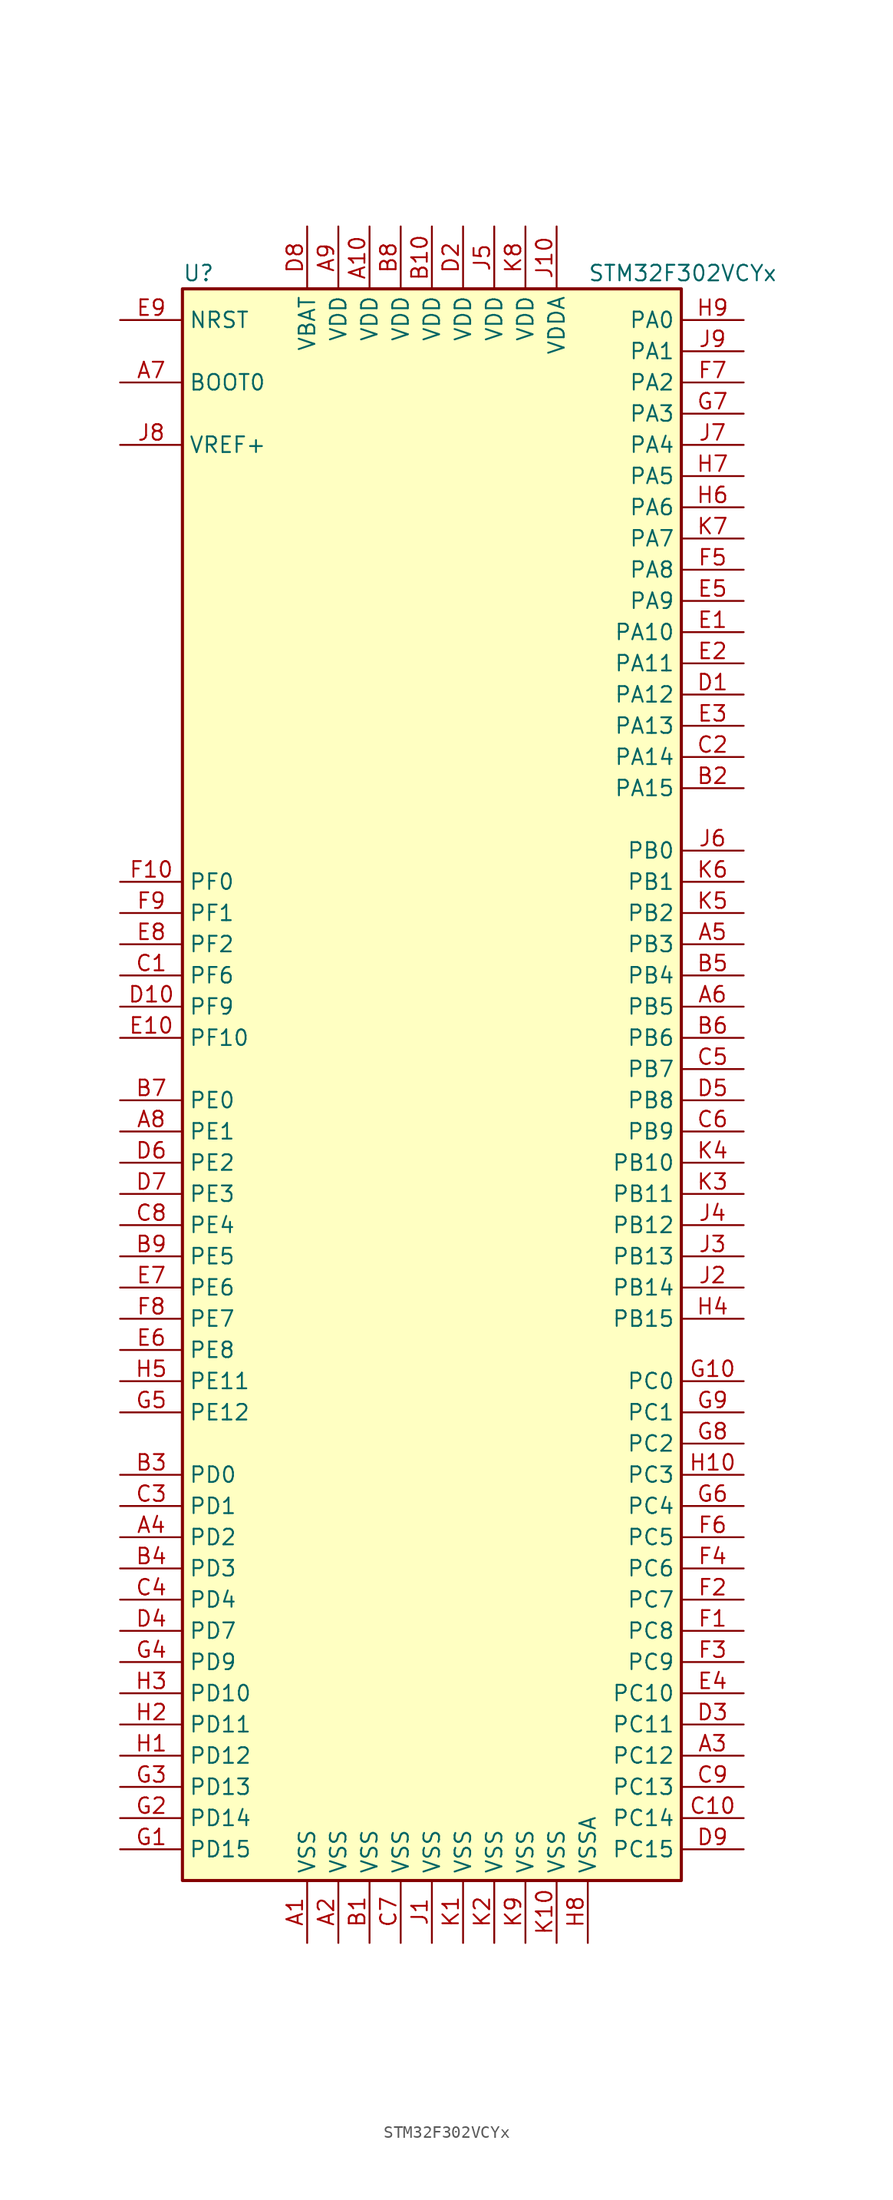
<source format=kicad_sym>
(kicad_symbol_lib
  (version 20201005)
  (generator kicad_symbol_editor)
  (symbol "STM32F302VCYx"
    (property "Reference" "U"
      (at -20.32 64.77 0)
      (effects (font (size 1.27 1.27)) (justify left)))
    (property "Value" "STM32F302VCYx"
      (at 12.7 64.77 0)
      (effects (font (size 1.27 1.27)) (justify left)))
    (symbol "STM32F302VCYx_0_1"
      (rectangle (start -20.32 -66.04) (end 20.32 63.5) (stroke (width 0.254)) (fill (type background))))
    (symbol "STM32F302VCYx_1_1"
      (pin power_in line (at -10.16 -71.12 90) (length 5.08) (name "VSS" (effects (font (size 1.27 1.27)))) (number "A1" (effects (font (size 1.27 1.27)))))
      (pin power_in line (at -5.08 68.58 270) (length 5.08) (name "VDD" (effects (font (size 1.27 1.27)))) (number "A10" (effects (font (size 1.27 1.27)))))
      (pin power_in line (at -7.62 -71.12 90) (length 5.08) (name "VSS" (effects (font (size 1.27 1.27)))) (number "A2" (effects (font (size 1.27 1.27)))))
      (pin bidirectional line (at 25.4 -55.88 180) (length 5.08) (name "PC12" (effects (font (size 1.27 1.27)))) (number "A3" (effects (font (size 1.27 1.27)))))
      (pin bidirectional line (at -25.4 -38.1 0) (length 5.08) (name "PD2" (effects (font (size 1.27 1.27)))) (number "A4" (effects (font (size 1.27 1.27)))))
      (pin bidirectional line (at 25.4 10.16 180) (length 5.08) (name "PB3" (effects (font (size 1.27 1.27)))) (number "A5" (effects (font (size 1.27 1.27)))))
      (pin bidirectional line (at 25.4 5.08 180) (length 5.08) (name "PB5" (effects (font (size 1.27 1.27)))) (number "A6" (effects (font (size 1.27 1.27)))))
      (pin input line (at -25.4 55.88 0) (length 5.08) (name "BOOT0" (effects (font (size 1.27 1.27)))) (number "A7" (effects (font (size 1.27 1.27)))))
      (pin bidirectional line (at -25.4 -5.08 0) (length 5.08) (name "PE1" (effects (font (size 1.27 1.27)))) (number "A8" (effects (font (size 1.27 1.27)))))
      (pin power_in line (at -7.62 68.58 270) (length 5.08) (name "VDD" (effects (font (size 1.27 1.27)))) (number "A9" (effects (font (size 1.27 1.27)))))
      (pin power_in line (at -5.08 -71.12 90) (length 5.08) (name "VSS" (effects (font (size 1.27 1.27)))) (number "B1" (effects (font (size 1.27 1.27)))))
      (pin power_in line (at 0 68.58 270) (length 5.08) (name "VDD" (effects (font (size 1.27 1.27)))) (number "B10" (effects (font (size 1.27 1.27)))))
      (pin bidirectional line (at 25.4 22.86 180) (length 5.08) (name "PA15" (effects (font (size 1.27 1.27)))) (number "B2" (effects (font (size 1.27 1.27)))))
      (pin bidirectional line (at -25.4 -33.02 0) (length 5.08) (name "PD0" (effects (font (size 1.27 1.27)))) (number "B3" (effects (font (size 1.27 1.27)))))
      (pin bidirectional line (at -25.4 -40.64 0) (length 5.08) (name "PD3" (effects (font (size 1.27 1.27)))) (number "B4" (effects (font (size 1.27 1.27)))))
      (pin bidirectional line (at 25.4 7.62 180) (length 5.08) (name "PB4" (effects (font (size 1.27 1.27)))) (number "B5" (effects (font (size 1.27 1.27)))))
      (pin bidirectional line (at 25.4 2.54 180) (length 5.08) (name "PB6" (effects (font (size 1.27 1.27)))) (number "B6" (effects (font (size 1.27 1.27)))))
      (pin bidirectional line (at -25.4 -2.54 0) (length 5.08) (name "PE0" (effects (font (size 1.27 1.27)))) (number "B7" (effects (font (size 1.27 1.27)))))
      (pin power_in line (at -2.54 68.58 270) (length 5.08) (name "VDD" (effects (font (size 1.27 1.27)))) (number "B8" (effects (font (size 1.27 1.27)))))
      (pin bidirectional line (at -25.4 -15.24 0) (length 5.08) (name "PE5" (effects (font (size 1.27 1.27)))) (number "B9" (effects (font (size 1.27 1.27)))))
      (pin bidirectional line (at -25.4 7.62 0) (length 5.08) (name "PF6" (effects (font (size 1.27 1.27)))) (number "C1" (effects (font (size 1.27 1.27)))))
      (pin bidirectional line (at 25.4 -60.96 180) (length 5.08) (name "PC14" (effects (font (size 1.27 1.27)))) (number "C10" (effects (font (size 1.27 1.27)))))
      (pin bidirectional line (at 25.4 25.4 180) (length 5.08) (name "PA14" (effects (font (size 1.27 1.27)))) (number "C2" (effects (font (size 1.27 1.27)))))
      (pin bidirectional line (at -25.4 -35.56 0) (length 5.08) (name "PD1" (effects (font (size 1.27 1.27)))) (number "C3" (effects (font (size 1.27 1.27)))))
      (pin bidirectional line (at -25.4 -43.18 0) (length 5.08) (name "PD4" (effects (font (size 1.27 1.27)))) (number "C4" (effects (font (size 1.27 1.27)))))
      (pin bidirectional line (at 25.4 0 180) (length 5.08) (name "PB7" (effects (font (size 1.27 1.27)))) (number "C5" (effects (font (size 1.27 1.27)))))
      (pin bidirectional line (at 25.4 -5.08 180) (length 5.08) (name "PB9" (effects (font (size 1.27 1.27)))) (number "C6" (effects (font (size 1.27 1.27)))))
      (pin power_in line (at -2.54 -71.12 90) (length 5.08) (name "VSS" (effects (font (size 1.27 1.27)))) (number "C7" (effects (font (size 1.27 1.27)))))
      (pin bidirectional line (at -25.4 -12.7 0) (length 5.08) (name "PE4" (effects (font (size 1.27 1.27)))) (number "C8" (effects (font (size 1.27 1.27)))))
      (pin bidirectional line (at 25.4 -58.42 180) (length 5.08) (name "PC13" (effects (font (size 1.27 1.27)))) (number "C9" (effects (font (size 1.27 1.27)))))
      (pin bidirectional line (at 25.4 30.48 180) (length 5.08) (name "PA12" (effects (font (size 1.27 1.27)))) (number "D1" (effects (font (size 1.27 1.27)))))
      (pin bidirectional line (at -25.4 5.08 0) (length 5.08) (name "PF9" (effects (font (size 1.27 1.27)))) (number "D10" (effects (font (size 1.27 1.27)))))
      (pin power_in line (at 2.54 68.58 270) (length 5.08) (name "VDD" (effects (font (size 1.27 1.27)))) (number "D2" (effects (font (size 1.27 1.27)))))
      (pin bidirectional line (at 25.4 -53.34 180) (length 5.08) (name "PC11" (effects (font (size 1.27 1.27)))) (number "D3" (effects (font (size 1.27 1.27)))))
      (pin bidirectional line (at -25.4 -45.72 0) (length 5.08) (name "PD7" (effects (font (size 1.27 1.27)))) (number "D4" (effects (font (size 1.27 1.27)))))
      (pin bidirectional line (at 25.4 -2.54 180) (length 5.08) (name "PB8" (effects (font (size 1.27 1.27)))) (number "D5" (effects (font (size 1.27 1.27)))))
      (pin bidirectional line (at -25.4 -7.62 0) (length 5.08) (name "PE2" (effects (font (size 1.27 1.27)))) (number "D6" (effects (font (size 1.27 1.27)))))
      (pin bidirectional line (at -25.4 -10.16 0) (length 5.08) (name "PE3" (effects (font (size 1.27 1.27)))) (number "D7" (effects (font (size 1.27 1.27)))))
      (pin power_in line (at -10.16 68.58 270) (length 5.08) (name "VBAT" (effects (font (size 1.27 1.27)))) (number "D8" (effects (font (size 1.27 1.27)))))
      (pin bidirectional line (at 25.4 -63.5 180) (length 5.08) (name "PC15" (effects (font (size 1.27 1.27)))) (number "D9" (effects (font (size 1.27 1.27)))))
      (pin bidirectional line (at 25.4 35.56 180) (length 5.08) (name "PA10" (effects (font (size 1.27 1.27)))) (number "E1" (effects (font (size 1.27 1.27)))))
      (pin bidirectional line (at -25.4 2.54 0) (length 5.08) (name "PF10" (effects (font (size 1.27 1.27)))) (number "E10" (effects (font (size 1.27 1.27)))))
      (pin bidirectional line (at 25.4 33.02 180) (length 5.08) (name "PA11" (effects (font (size 1.27 1.27)))) (number "E2" (effects (font (size 1.27 1.27)))))
      (pin bidirectional line (at 25.4 27.94 180) (length 5.08) (name "PA13" (effects (font (size 1.27 1.27)))) (number "E3" (effects (font (size 1.27 1.27)))))
      (pin bidirectional line (at 25.4 -50.8 180) (length 5.08) (name "PC10" (effects (font (size 1.27 1.27)))) (number "E4" (effects (font (size 1.27 1.27)))))
      (pin bidirectional line (at 25.4 38.1 180) (length 5.08) (name "PA9" (effects (font (size 1.27 1.27)))) (number "E5" (effects (font (size 1.27 1.27)))))
      (pin bidirectional line (at -25.4 -22.86 0) (length 5.08) (name "PE8" (effects (font (size 1.27 1.27)))) (number "E6" (effects (font (size 1.27 1.27)))))
      (pin bidirectional line (at -25.4 -17.78 0) (length 5.08) (name "PE6" (effects (font (size 1.27 1.27)))) (number "E7" (effects (font (size 1.27 1.27)))))
      (pin bidirectional line (at -25.4 10.16 0) (length 5.08) (name "PF2" (effects (font (size 1.27 1.27)))) (number "E8" (effects (font (size 1.27 1.27)))))
      (pin input line (at -25.4 60.96 0) (length 5.08) (name "NRST" (effects (font (size 1.27 1.27)))) (number "E9" (effects (font (size 1.27 1.27)))))
      (pin bidirectional line (at 25.4 -45.72 180) (length 5.08) (name "PC8" (effects (font (size 1.27 1.27)))) (number "F1" (effects (font (size 1.27 1.27)))))
      (pin input line (at -25.4 15.24 0) (length 5.08) (name "PF0" (effects (font (size 1.27 1.27)))) (number "F10" (effects (font (size 1.27 1.27)))))
      (pin bidirectional line (at 25.4 -43.18 180) (length 5.08) (name "PC7" (effects (font (size 1.27 1.27)))) (number "F2" (effects (font (size 1.27 1.27)))))
      (pin bidirectional line (at 25.4 -48.26 180) (length 5.08) (name "PC9" (effects (font (size 1.27 1.27)))) (number "F3" (effects (font (size 1.27 1.27)))))
      (pin bidirectional line (at 25.4 -40.64 180) (length 5.08) (name "PC6" (effects (font (size 1.27 1.27)))) (number "F4" (effects (font (size 1.27 1.27)))))
      (pin bidirectional line (at 25.4 40.64 180) (length 5.08) (name "PA8" (effects (font (size 1.27 1.27)))) (number "F5" (effects (font (size 1.27 1.27)))))
      (pin bidirectional line (at 25.4 -38.1 180) (length 5.08) (name "PC5" (effects (font (size 1.27 1.27)))) (number "F6" (effects (font (size 1.27 1.27)))))
      (pin bidirectional line (at 25.4 55.88 180) (length 5.08) (name "PA2" (effects (font (size 1.27 1.27)))) (number "F7" (effects (font (size 1.27 1.27)))))
      (pin bidirectional line (at -25.4 -20.32 0) (length 5.08) (name "PE7" (effects (font (size 1.27 1.27)))) (number "F8" (effects (font (size 1.27 1.27)))))
      (pin input line (at -25.4 12.7 0) (length 5.08) (name "PF1" (effects (font (size 1.27 1.27)))) (number "F9" (effects (font (size 1.27 1.27)))))
      (pin bidirectional line (at -25.4 -63.5 0) (length 5.08) (name "PD15" (effects (font (size 1.27 1.27)))) (number "G1" (effects (font (size 1.27 1.27)))))
      (pin bidirectional line (at 25.4 -25.4 180) (length 5.08) (name "PC0" (effects (font (size 1.27 1.27)))) (number "G10" (effects (font (size 1.27 1.27)))))
      (pin bidirectional line (at -25.4 -60.96 0) (length 5.08) (name "PD14" (effects (font (size 1.27 1.27)))) (number "G2" (effects (font (size 1.27 1.27)))))
      (pin bidirectional line (at -25.4 -58.42 0) (length 5.08) (name "PD13" (effects (font (size 1.27 1.27)))) (number "G3" (effects (font (size 1.27 1.27)))))
      (pin bidirectional line (at -25.4 -48.26 0) (length 5.08) (name "PD9" (effects (font (size 1.27 1.27)))) (number "G4" (effects (font (size 1.27 1.27)))))
      (pin bidirectional line (at -25.4 -27.94 0) (length 5.08) (name "PE12" (effects (font (size 1.27 1.27)))) (number "G5" (effects (font (size 1.27 1.27)))))
      (pin bidirectional line (at 25.4 -35.56 180) (length 5.08) (name "PC4" (effects (font (size 1.27 1.27)))) (number "G6" (effects (font (size 1.27 1.27)))))
      (pin bidirectional line (at 25.4 53.34 180) (length 5.08) (name "PA3" (effects (font (size 1.27 1.27)))) (number "G7" (effects (font (size 1.27 1.27)))))
      (pin bidirectional line (at 25.4 -30.48 180) (length 5.08) (name "PC2" (effects (font (size 1.27 1.27)))) (number "G8" (effects (font (size 1.27 1.27)))))
      (pin bidirectional line (at 25.4 -27.94 180) (length 5.08) (name "PC1" (effects (font (size 1.27 1.27)))) (number "G9" (effects (font (size 1.27 1.27)))))
      (pin bidirectional line (at -25.4 -55.88 0) (length 5.08) (name "PD12" (effects (font (size 1.27 1.27)))) (number "H1" (effects (font (size 1.27 1.27)))))
      (pin bidirectional line (at 25.4 -33.02 180) (length 5.08) (name "PC3" (effects (font (size 1.27 1.27)))) (number "H10" (effects (font (size 1.27 1.27)))))
      (pin bidirectional line (at -25.4 -53.34 0) (length 5.08) (name "PD11" (effects (font (size 1.27 1.27)))) (number "H2" (effects (font (size 1.27 1.27)))))
      (pin bidirectional line (at -25.4 -50.8 0) (length 5.08) (name "PD10" (effects (font (size 1.27 1.27)))) (number "H3" (effects (font (size 1.27 1.27)))))
      (pin bidirectional line (at 25.4 -20.32 180) (length 5.08) (name "PB15" (effects (font (size 1.27 1.27)))) (number "H4" (effects (font (size 1.27 1.27)))))
      (pin bidirectional line (at -25.4 -25.4 0) (length 5.08) (name "PE11" (effects (font (size 1.27 1.27)))) (number "H5" (effects (font (size 1.27 1.27)))))
      (pin bidirectional line (at 25.4 45.72 180) (length 5.08) (name "PA6" (effects (font (size 1.27 1.27)))) (number "H6" (effects (font (size 1.27 1.27)))))
      (pin bidirectional line (at 25.4 48.26 180) (length 5.08) (name "PA5" (effects (font (size 1.27 1.27)))) (number "H7" (effects (font (size 1.27 1.27)))))
      (pin power_in line (at 12.7 -71.12 90) (length 5.08) (name "VSSA" (effects (font (size 1.27 1.27)))) (number "H8" (effects (font (size 1.27 1.27)))))
      (pin bidirectional line (at 25.4 60.96 180) (length 5.08) (name "PA0" (effects (font (size 1.27 1.27)))) (number "H9" (effects (font (size 1.27 1.27)))))
      (pin power_in line (at 0 -71.12 90) (length 5.08) (name "VSS" (effects (font (size 1.27 1.27)))) (number "J1" (effects (font (size 1.27 1.27)))))
      (pin power_in line (at 10.16 68.58 270) (length 5.08) (name "VDDA" (effects (font (size 1.27 1.27)))) (number "J10" (effects (font (size 1.27 1.27)))))
      (pin bidirectional line (at 25.4 -17.78 180) (length 5.08) (name "PB14" (effects (font (size 1.27 1.27)))) (number "J2" (effects (font (size 1.27 1.27)))))
      (pin bidirectional line (at 25.4 -15.24 180) (length 5.08) (name "PB13" (effects (font (size 1.27 1.27)))) (number "J3" (effects (font (size 1.27 1.27)))))
      (pin bidirectional line (at 25.4 -12.7 180) (length 5.08) (name "PB12" (effects (font (size 1.27 1.27)))) (number "J4" (effects (font (size 1.27 1.27)))))
      (pin power_in line (at 5.08 68.58 270) (length 5.08) (name "VDD" (effects (font (size 1.27 1.27)))) (number "J5" (effects (font (size 1.27 1.27)))))
      (pin bidirectional line (at 25.4 17.78 180) (length 5.08) (name "PB0" (effects (font (size 1.27 1.27)))) (number "J6" (effects (font (size 1.27 1.27)))))
      (pin bidirectional line (at 25.4 50.8 180) (length 5.08) (name "PA4" (effects (font (size 1.27 1.27)))) (number "J7" (effects (font (size 1.27 1.27)))))
      (pin power_in line (at -25.4 50.8 0) (length 5.08) (name "VREF+" (effects (font (size 1.27 1.27)))) (number "J8" (effects (font (size 1.27 1.27)))))
      (pin bidirectional line (at 25.4 58.42 180) (length 5.08) (name "PA1" (effects (font (size 1.27 1.27)))) (number "J9" (effects (font (size 1.27 1.27)))))
      (pin power_in line (at 2.54 -71.12 90) (length 5.08) (name "VSS" (effects (font (size 1.27 1.27)))) (number "K1" (effects (font (size 1.27 1.27)))))
      (pin power_in line (at 10.16 -71.12 90) (length 5.08) (name "VSS" (effects (font (size 1.27 1.27)))) (number "K10" (effects (font (size 1.27 1.27)))))
      (pin power_in line (at 5.08 -71.12 90) (length 5.08) (name "VSS" (effects (font (size 1.27 1.27)))) (number "K2" (effects (font (size 1.27 1.27)))))
      (pin bidirectional line (at 25.4 -10.16 180) (length 5.08) (name "PB11" (effects (font (size 1.27 1.27)))) (number "K3" (effects (font (size 1.27 1.27)))))
      (pin bidirectional line (at 25.4 -7.62 180) (length 5.08) (name "PB10" (effects (font (size 1.27 1.27)))) (number "K4" (effects (font (size 1.27 1.27)))))
      (pin bidirectional line (at 25.4 12.7 180) (length 5.08) (name "PB2" (effects (font (size 1.27 1.27)))) (number "K5" (effects (font (size 1.27 1.27)))))
      (pin bidirectional line (at 25.4 15.24 180) (length 5.08) (name "PB1" (effects (font (size 1.27 1.27)))) (number "K6" (effects (font (size 1.27 1.27)))))
      (pin bidirectional line (at 25.4 43.18 180) (length 5.08) (name "PA7" (effects (font (size 1.27 1.27)))) (number "K7" (effects (font (size 1.27 1.27)))))
      (pin power_in line (at 7.62 68.58 270) (length 5.08) (name "VDD" (effects (font (size 1.27 1.27)))) (number "K8" (effects (font (size 1.27 1.27)))))
      (pin power_in line (at 7.62 -71.12 90) (length 5.08) (name "VSS" (effects (font (size 1.27 1.27)))) (number "K9" (effects (font (size 1.27 1.27))))))))
</source>
